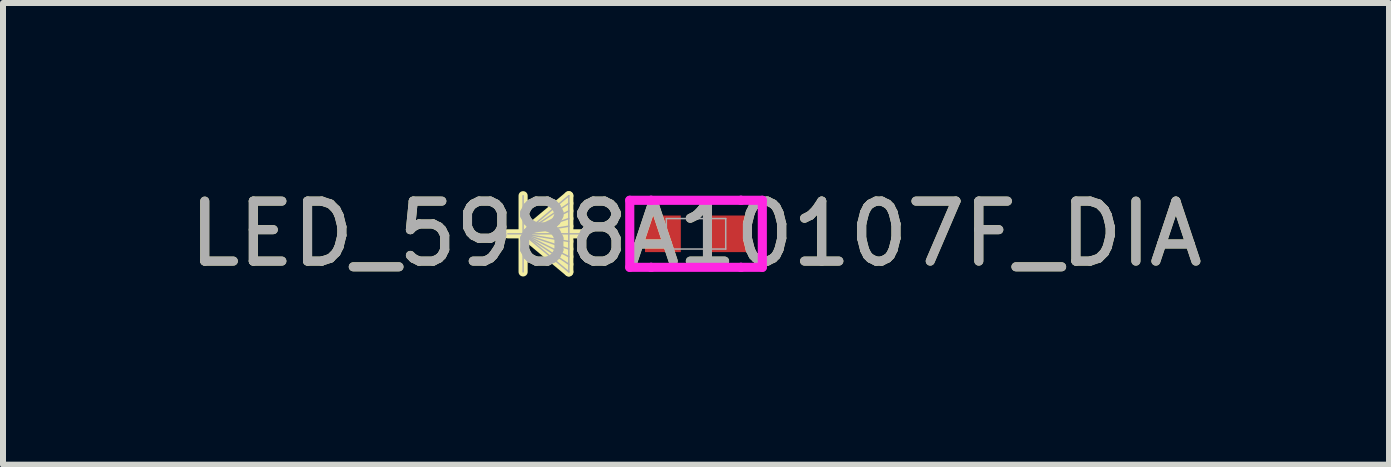
<source format=kicad_pcb>
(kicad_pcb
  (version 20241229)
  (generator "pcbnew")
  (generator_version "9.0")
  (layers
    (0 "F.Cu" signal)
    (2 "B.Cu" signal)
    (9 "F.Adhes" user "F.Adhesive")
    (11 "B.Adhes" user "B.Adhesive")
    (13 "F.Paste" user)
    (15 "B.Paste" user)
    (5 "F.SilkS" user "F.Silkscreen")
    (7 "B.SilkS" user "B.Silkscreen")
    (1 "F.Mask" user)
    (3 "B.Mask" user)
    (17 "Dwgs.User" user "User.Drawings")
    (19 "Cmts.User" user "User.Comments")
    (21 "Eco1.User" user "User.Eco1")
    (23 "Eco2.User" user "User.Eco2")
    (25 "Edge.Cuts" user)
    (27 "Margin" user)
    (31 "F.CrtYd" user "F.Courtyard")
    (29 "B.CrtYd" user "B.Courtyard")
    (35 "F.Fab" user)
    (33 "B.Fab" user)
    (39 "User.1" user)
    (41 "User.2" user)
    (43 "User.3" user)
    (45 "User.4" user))
  (footprint "LED_5988A10107F_DIA"
    (layer "F.Cu")
    (at 8.554 0.848)
    (property "Reference" "LED_5988A10107F_DIA" (at 0 0 0) (unlocked yes) (layer "F.SilkS") (effects (font (size 1 1) (thickness 0.15))))
    (attr smd)
    (fp_line (start -2.883 -0.635) (end -2.883 0.635) (stroke (width 0.152) (type solid)) (layer "F.SilkS"))
    (fp_line (start -2.883 0) (end -2.121 -0.635) (stroke (width 0.152) (type solid)) (layer "F.SilkS"))
    (fp_line (start -2.883 0) (end -2.121 -0.508) (stroke (width 0.152) (type solid)) (layer "F.SilkS"))
    (fp_line (start -2.883 0) (end -2.121 -0.381) (stroke (width 0.152) (type solid)) (layer "F.SilkS"))
    (fp_line (start -2.883 0) (end -2.121 -0.254) (stroke (width 0.152) (type solid)) (layer "F.SilkS"))
    (fp_line (start -2.883 0) (end -2.121 -0.127) (stroke (width 0.152) (type solid)) (layer "F.SilkS"))
    (fp_line (start -2.883 0) (end -2.121 0.127) (stroke (width 0.152) (type solid)) (layer "F.SilkS"))
    (fp_line (start -2.883 0) (end -2.121 0.254) (stroke (width 0.152) (type solid)) (layer "F.SilkS"))
    (fp_line (start -2.883 0) (end -2.121 0.381) (stroke (width 0.152) (type solid)) (layer "F.SilkS"))
    (fp_line (start -2.883 0) (end -2.121 0.508) (stroke (width 0.152) (type solid)) (layer "F.SilkS"))
    (fp_line (start -2.883 0) (end -2.121 0.635) (stroke (width 0.152) (type solid)) (layer "F.SilkS"))
    (fp_line (start -2.121 -0.635) (end -2.121 0.635) (stroke (width 0.152) (type solid)) (layer "F.SilkS"))
    (fp_line (start -1.867 0) (end -3.137 0) (stroke (width 0.152) (type solid)) (layer "F.SilkS"))
    (fp_line (start -1.105 -0.559) (end -0.749 -0.559) (stroke (width 0.152) (type solid)) (layer "F.CrtYd"))
    (fp_line (start -1.105 0.559) (end -1.105 -0.559) (stroke (width 0.152) (type solid)) (layer "F.CrtYd"))
    (fp_line (start -0.749 -0.559) (end -0.749 -0.559) (stroke (width 0.152) (type solid)) (layer "F.CrtYd"))
    (fp_line (start -0.749 -0.559) (end 0.749 -0.559) (stroke (width 0.152) (type solid)) (layer "F.CrtYd"))
    (fp_line (start -0.749 0.559) (end -1.105 0.559) (stroke (width 0.152) (type solid)) (layer "F.CrtYd"))
    (fp_line (start -0.749 0.559) (end -0.749 0.559) (stroke (width 0.152) (type solid)) (layer "F.CrtYd"))
    (fp_line (start 0.749 -0.559) (end 0.749 -0.559) (stroke (width 0.152) (type solid)) (layer "F.CrtYd"))
    (fp_line (start 0.749 -0.559) (end 1.105 -0.559) (stroke (width 0.152) (type solid)) (layer "F.CrtYd"))
    (fp_line (start 0.749 0.559) (end -0.749 0.559) (stroke (width 0.152) (type solid)) (layer "F.CrtYd"))
    (fp_line (start 0.749 0.559) (end 0.749 0.559) (stroke (width 0.152) (type solid)) (layer "F.CrtYd"))
    (fp_line (start 1.105 -0.559) (end 1.105 0.559) (stroke (width 0.152) (type solid)) (layer "F.CrtYd"))
    (fp_line (start 1.105 0.559) (end 0.749 0.559) (stroke (width 0.152) (type solid)) (layer "F.CrtYd"))
    (fp_line (start -2.883 -0.635) (end -2.883 0.635) (stroke (width 0.025) (type solid)) (layer "F.Fab"))
    (fp_line (start -2.883 0) (end -2.121 -0.635) (stroke (width 0.025) (type solid)) (layer "F.Fab"))
    (fp_line (start -2.883 0) (end -2.121 -0.508) (stroke (width 0.025) (type solid)) (layer "F.Fab"))
    (fp_line (start -2.883 0) (end -2.121 -0.381) (stroke (width 0.025) (type solid)) (layer "F.Fab"))
    (fp_line (start -2.883 0) (end -2.121 -0.254) (stroke (width 0.025) (type solid)) (layer "F.Fab"))
    (fp_line (start -2.883 0) (end -2.121 -0.127) (stroke (width 0.025) (type solid)) (layer "F.Fab"))
    (fp_line (start -2.883 0) (end -2.121 0.127) (stroke (width 0.025) (type solid)) (layer "F.Fab"))
    (fp_line (start -2.883 0) (end -2.121 0.254) (stroke (width 0.025) (type solid)) (layer "F.Fab"))
    (fp_line (start -2.883 0) (end -2.121 0.381) (stroke (width 0.025) (type solid)) (layer "F.Fab"))
    (fp_line (start -2.883 0) (end -2.121 0.508) (stroke (width 0.025) (type solid)) (layer "F.Fab"))
    (fp_line (start -2.883 0) (end -2.121 0.635) (stroke (width 0.025) (type solid)) (layer "F.Fab"))
    (fp_line (start -2.121 -0.635) (end -2.121 0.635) (stroke (width 0.025) (type solid)) (layer "F.Fab"))
    (fp_line (start -1.867 0) (end -3.137 0) (stroke (width 0.025) (type solid)) (layer "F.Fab"))
    (fp_line (start -0.495 -0.254) (end -0.495 0.254) (stroke (width 0.025) (type solid)) (layer "F.Fab"))
    (fp_line (start -0.495 0.254) (end 0.495 0.254) (stroke (width 0.025) (type solid)) (layer "F.Fab"))
    (fp_line (start 0.495 -0.254) (end -0.495 -0.254) (stroke (width 0.025) (type solid)) (layer "F.Fab"))
    (fp_line (start 0.495 0.254) (end 0.495 -0.254) (stroke (width 0.025) (type solid)) (layer "F.Fab"))
    (fp_text user "${REFERENCE}" (at 0 0 0) (unlocked yes) (layer "F.Fab") (effects (font (size 1 1) (thickness 0.15))))
    (pad "1" smd rect (at -0.552 0) (size 0.597 0.61) (layers "F.Cu" "F.Mask" "F.Paste"))
    (pad "2" smd rect (at 0.552 0) (size 0.597 0.61) (layers "F.Cu" "F.Mask" "F.Paste"))
    (zone (net_name "") (layer "F.Cu") (hatch full 0.508) (connect_pads) (min_thickness 0.254) (filled_areas_thickness no) (keepout (tracks not_allowed) (vias not_allowed) (pads allowed) (copperpour not_allowed) (footprints allowed)) (placement (enabled no)) (fill) (polygon (pts (xy 8.35 0.594) (xy 8.757 0.594) (xy 8.757 1.102) (xy 8.35 1.102)))))
  (gr_rect
    (start -3 -3)
    (end 20.107 4.697)
    (stroke (width 0.1) (type default))
    (fill no)
    (layer "Edge.Cuts")))
</source>
